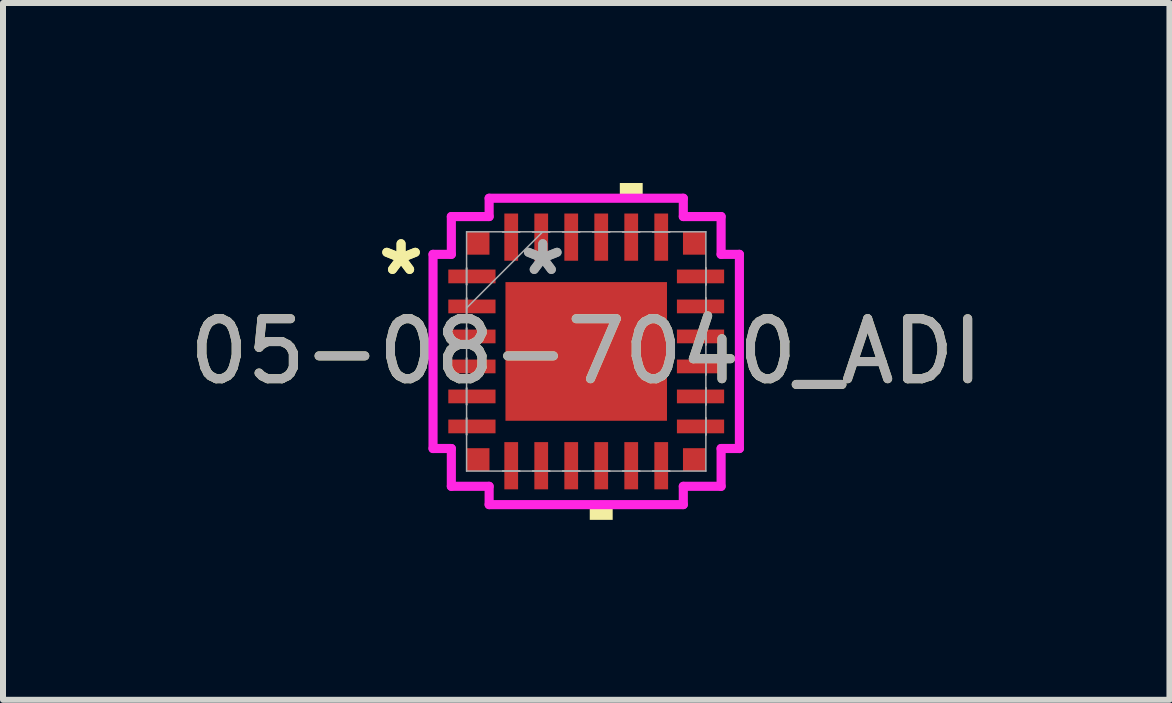
<source format=kicad_pcb>
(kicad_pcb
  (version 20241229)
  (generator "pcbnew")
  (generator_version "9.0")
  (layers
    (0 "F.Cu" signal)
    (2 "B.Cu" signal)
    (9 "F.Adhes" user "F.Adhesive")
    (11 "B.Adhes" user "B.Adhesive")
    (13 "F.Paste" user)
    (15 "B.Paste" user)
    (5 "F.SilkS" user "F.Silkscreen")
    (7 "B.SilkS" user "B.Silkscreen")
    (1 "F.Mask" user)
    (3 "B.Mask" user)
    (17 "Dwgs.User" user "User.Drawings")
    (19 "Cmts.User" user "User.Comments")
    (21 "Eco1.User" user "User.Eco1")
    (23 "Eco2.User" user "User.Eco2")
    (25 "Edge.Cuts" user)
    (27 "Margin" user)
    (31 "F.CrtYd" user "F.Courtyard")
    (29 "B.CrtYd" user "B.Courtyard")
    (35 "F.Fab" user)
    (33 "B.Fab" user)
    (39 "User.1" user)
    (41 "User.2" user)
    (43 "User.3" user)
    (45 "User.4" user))
  (footprint "05-08-7040_ADI"
    (layer "F.Cu")
    (at 6.72 2.807)
    (property "Reference" "05-08-7040_ADI" (at 0 0 0) (unlocked yes) (layer "F.SilkS") (effects (font (size 1 1) (thickness 0.15))))
    (attr smd)
    (fp_poly (pts (xy 0.059 2.553) (xy 0.059 2.807) (xy 0.441 2.807) (xy 0.441 2.553)) (stroke (width 0) (type solid)) (fill yes) (layer "F.SilkS"))
    (fp_poly (pts (xy 0.56 -2.553) (xy 0.56 -2.807) (xy 0.941 -2.807) (xy 0.941 -2.553)) (stroke (width 0) (type solid)) (fill yes) (layer "F.SilkS"))
    (fp_line (start -2.553 -1.618) (end -2.248 -1.618) (stroke (width 0.152) (type solid)) (layer "F.CrtYd"))
    (fp_line (start -2.553 1.618) (end -2.553 -1.618) (stroke (width 0.152) (type solid)) (layer "F.CrtYd"))
    (fp_line (start -2.248 -2.248) (end -1.618 -2.248) (stroke (width 0.152) (type solid)) (layer "F.CrtYd"))
    (fp_line (start -2.248 -1.618) (end -2.248 -2.248) (stroke (width 0.152) (type solid)) (layer "F.CrtYd"))
    (fp_line (start -2.248 1.618) (end -2.553 1.618) (stroke (width 0.152) (type solid)) (layer "F.CrtYd"))
    (fp_line (start -2.248 2.248) (end -2.248 1.618) (stroke (width 0.152) (type solid)) (layer "F.CrtYd"))
    (fp_line (start -1.618 -2.553) (end 1.618 -2.553) (stroke (width 0.152) (type solid)) (layer "F.CrtYd"))
    (fp_line (start -1.618 -2.248) (end -1.618 -2.553) (stroke (width 0.152) (type solid)) (layer "F.CrtYd"))
    (fp_line (start -1.618 2.248) (end -2.248 2.248) (stroke (width 0.152) (type solid)) (layer "F.CrtYd"))
    (fp_line (start -1.618 2.553) (end -1.618 2.248) (stroke (width 0.152) (type solid)) (layer "F.CrtYd"))
    (fp_line (start 1.618 -2.553) (end 1.618 -2.248) (stroke (width 0.152) (type solid)) (layer "F.CrtYd"))
    (fp_line (start 1.618 -2.248) (end 2.248 -2.248) (stroke (width 0.152) (type solid)) (layer "F.CrtYd"))
    (fp_line (start 1.618 2.248) (end 1.618 2.553) (stroke (width 0.152) (type solid)) (layer "F.CrtYd"))
    (fp_line (start 1.618 2.553) (end -1.618 2.553) (stroke (width 0.152) (type solid)) (layer "F.CrtYd"))
    (fp_line (start 2.248 -2.248) (end 2.248 -1.618) (stroke (width 0.152) (type solid)) (layer "F.CrtYd"))
    (fp_line (start 2.248 -1.618) (end 2.553 -1.618) (stroke (width 0.152) (type solid)) (layer "F.CrtYd"))
    (fp_line (start 2.248 1.618) (end 2.248 2.248) (stroke (width 0.152) (type solid)) (layer "F.CrtYd"))
    (fp_line (start 2.248 2.248) (end 1.618 2.248) (stroke (width 0.152) (type solid)) (layer "F.CrtYd"))
    (fp_line (start 2.553 -1.618) (end 2.553 1.618) (stroke (width 0.152) (type solid)) (layer "F.CrtYd"))
    (fp_line (start 2.553 1.618) (end 2.248 1.618) (stroke (width 0.152) (type solid)) (layer "F.CrtYd"))
    (fp_line (start -1.994 -1.994) (end -1.994 1.994) (stroke (width 0.025) (type solid)) (layer "F.Fab"))
    (fp_line (start -1.994 -1.39) (end -1.994 -1.39) (stroke (width 0.025) (type solid)) (layer "F.Fab"))
    (fp_line (start -1.994 -1.39) (end -1.994 -1.11) (stroke (width 0.025) (type solid)) (layer "F.Fab"))
    (fp_line (start -1.994 -1.11) (end -1.994 -1.39) (stroke (width 0.025) (type solid)) (layer "F.Fab"))
    (fp_line (start -1.994 -1.11) (end -1.994 -1.11) (stroke (width 0.025) (type solid)) (layer "F.Fab"))
    (fp_line (start -1.994 -0.89) (end -1.994 -0.89) (stroke (width 0.025) (type solid)) (layer "F.Fab"))
    (fp_line (start -1.994 -0.89) (end -1.994 -0.61) (stroke (width 0.025) (type solid)) (layer "F.Fab"))
    (fp_line (start -1.994 -0.724) (end -0.724 -1.994) (stroke (width 0.025) (type solid)) (layer "F.Fab"))
    (fp_line (start -1.994 -0.61) (end -1.994 -0.89) (stroke (width 0.025) (type solid)) (layer "F.Fab"))
    (fp_line (start -1.994 -0.61) (end -1.994 -0.61) (stroke (width 0.025) (type solid)) (layer "F.Fab"))
    (fp_line (start -1.994 -0.39) (end -1.994 -0.39) (stroke (width 0.025) (type solid)) (layer "F.Fab"))
    (fp_line (start -1.994 -0.39) (end -1.994 -0.11) (stroke (width 0.025) (type solid)) (layer "F.Fab"))
    (fp_line (start -1.994 -0.11) (end -1.994 -0.39) (stroke (width 0.025) (type solid)) (layer "F.Fab"))
    (fp_line (start -1.994 -0.11) (end -1.994 -0.11) (stroke (width 0.025) (type solid)) (layer "F.Fab"))
    (fp_line (start -1.994 0.11) (end -1.994 0.11) (stroke (width 0.025) (type solid)) (layer "F.Fab"))
    (fp_line (start -1.994 0.11) (end -1.994 0.39) (stroke (width 0.025) (type solid)) (layer "F.Fab"))
    (fp_line (start -1.994 0.39) (end -1.994 0.11) (stroke (width 0.025) (type solid)) (layer "F.Fab"))
    (fp_line (start -1.994 0.39) (end -1.994 0.39) (stroke (width 0.025) (type solid)) (layer "F.Fab"))
    (fp_line (start -1.994 0.61) (end -1.994 0.61) (stroke (width 0.025) (type solid)) (layer "F.Fab"))
    (fp_line (start -1.994 0.61) (end -1.994 0.89) (stroke (width 0.025) (type solid)) (layer "F.Fab"))
    (fp_line (start -1.994 0.89) (end -1.994 0.61) (stroke (width 0.025) (type solid)) (layer "F.Fab"))
    (fp_line (start -1.994 0.89) (end -1.994 0.89) (stroke (width 0.025) (type solid)) (layer "F.Fab"))
    (fp_line (start -1.994 1.11) (end -1.994 1.11) (stroke (width 0.025) (type solid)) (layer "F.Fab"))
    (fp_line (start -1.994 1.11) (end -1.994 1.39) (stroke (width 0.025) (type solid)) (layer "F.Fab"))
    (fp_line (start -1.994 1.39) (end -1.994 1.11) (stroke (width 0.025) (type solid)) (layer "F.Fab"))
    (fp_line (start -1.994 1.39) (end -1.994 1.39) (stroke (width 0.025) (type solid)) (layer "F.Fab"))
    (fp_line (start -1.994 1.994) (end 1.994 1.994) (stroke (width 0.025) (type solid)) (layer "F.Fab"))
    (fp_line (start -1.39 -1.994) (end -1.39 -1.994) (stroke (width 0.025) (type solid)) (layer "F.Fab"))
    (fp_line (start -1.39 -1.994) (end -1.11 -1.994) (stroke (width 0.025) (type solid)) (layer "F.Fab"))
    (fp_line (start -1.39 1.994) (end -1.39 1.994) (stroke (width 0.025) (type solid)) (layer "F.Fab"))
    (fp_line (start -1.39 1.994) (end -1.11 1.994) (stroke (width 0.025) (type solid)) (layer "F.Fab"))
    (fp_line (start -1.11 -1.994) (end -1.39 -1.994) (stroke (width 0.025) (type solid)) (layer "F.Fab"))
    (fp_line (start -1.11 -1.994) (end -1.11 -1.994) (stroke (width 0.025) (type solid)) (layer "F.Fab"))
    (fp_line (start -1.11 1.994) (end -1.39 1.994) (stroke (width 0.025) (type solid)) (layer "F.Fab"))
    (fp_line (start -1.11 1.994) (end -1.11 1.994) (stroke (width 0.025) (type solid)) (layer "F.Fab"))
    (fp_line (start -0.89 -1.994) (end -0.89 -1.994) (stroke (width 0.025) (type solid)) (layer "F.Fab"))
    (fp_line (start -0.89 -1.994) (end -0.61 -1.994) (stroke (width 0.025) (type solid)) (layer "F.Fab"))
    (fp_line (start -0.89 1.994) (end -0.89 1.994) (stroke (width 0.025) (type solid)) (layer "F.Fab"))
    (fp_line (start -0.89 1.994) (end -0.61 1.994) (stroke (width 0.025) (type solid)) (layer "F.Fab"))
    (fp_line (start -0.61 -1.994) (end -0.89 -1.994) (stroke (width 0.025) (type solid)) (layer "F.Fab"))
    (fp_line (start -0.61 -1.994) (end -0.61 -1.994) (stroke (width 0.025) (type solid)) (layer "F.Fab"))
    (fp_line (start -0.61 1.994) (end -0.89 1.994) (stroke (width 0.025) (type solid)) (layer "F.Fab"))
    (fp_line (start -0.61 1.994) (end -0.61 1.994) (stroke (width 0.025) (type solid)) (layer "F.Fab"))
    (fp_line (start -0.39 -1.994) (end -0.39 -1.994) (stroke (width 0.025) (type solid)) (layer "F.Fab"))
    (fp_line (start -0.39 -1.994) (end -0.11 -1.994) (stroke (width 0.025) (type solid)) (layer "F.Fab"))
    (fp_line (start -0.39 1.994) (end -0.39 1.994) (stroke (width 0.025) (type solid)) (layer "F.Fab"))
    (fp_line (start -0.39 1.994) (end -0.11 1.994) (stroke (width 0.025) (type solid)) (layer "F.Fab"))
    (fp_line (start -0.11 -1.994) (end -0.39 -1.994) (stroke (width 0.025) (type solid)) (layer "F.Fab"))
    (fp_line (start -0.11 -1.994) (end -0.11 -1.994) (stroke (width 0.025) (type solid)) (layer "F.Fab"))
    (fp_line (start -0.11 1.994) (end -0.39 1.994) (stroke (width 0.025) (type solid)) (layer "F.Fab"))
    (fp_line (start -0.11 1.994) (end -0.11 1.994) (stroke (width 0.025) (type solid)) (layer "F.Fab"))
    (fp_line (start 0.11 -1.994) (end 0.11 -1.994) (stroke (width 0.025) (type solid)) (layer "F.Fab"))
    (fp_line (start 0.11 -1.994) (end 0.39 -1.994) (stroke (width 0.025) (type solid)) (layer "F.Fab"))
    (fp_line (start 0.11 1.994) (end 0.11 1.994) (stroke (width 0.025) (type solid)) (layer "F.Fab"))
    (fp_line (start 0.11 1.994) (end 0.39 1.994) (stroke (width 0.025) (type solid)) (layer "F.Fab"))
    (fp_line (start 0.39 -1.994) (end 0.11 -1.994) (stroke (width 0.025) (type solid)) (layer "F.Fab"))
    (fp_line (start 0.39 -1.994) (end 0.39 -1.994) (stroke (width 0.025) (type solid)) (layer "F.Fab"))
    (fp_line (start 0.39 1.994) (end 0.11 1.994) (stroke (width 0.025) (type solid)) (layer "F.Fab"))
    (fp_line (start 0.39 1.994) (end 0.39 1.994) (stroke (width 0.025) (type solid)) (layer "F.Fab"))
    (fp_line (start 0.61 -1.994) (end 0.61 -1.994) (stroke (width 0.025) (type solid)) (layer "F.Fab"))
    (fp_line (start 0.61 -1.994) (end 0.89 -1.994) (stroke (width 0.025) (type solid)) (layer "F.Fab"))
    (fp_line (start 0.61 1.994) (end 0.61 1.994) (stroke (width 0.025) (type solid)) (layer "F.Fab"))
    (fp_line (start 0.61 1.994) (end 0.89 1.994) (stroke (width 0.025) (type solid)) (layer "F.Fab"))
    (fp_line (start 0.89 -1.994) (end 0.61 -1.994) (stroke (width 0.025) (type solid)) (layer "F.Fab"))
    (fp_line (start 0.89 -1.994) (end 0.89 -1.994) (stroke (width 0.025) (type solid)) (layer "F.Fab"))
    (fp_line (start 0.89 1.994) (end 0.61 1.994) (stroke (width 0.025) (type solid)) (layer "F.Fab"))
    (fp_line (start 0.89 1.994) (end 0.89 1.994) (stroke (width 0.025) (type solid)) (layer "F.Fab"))
    (fp_line (start 1.11 -1.994) (end 1.11 -1.994) (stroke (width 0.025) (type solid)) (layer "F.Fab"))
    (fp_line (start 1.11 -1.994) (end 1.39 -1.994) (stroke (width 0.025) (type solid)) (layer "F.Fab"))
    (fp_line (start 1.11 1.994) (end 1.11 1.994) (stroke (width 0.025) (type solid)) (layer "F.Fab"))
    (fp_line (start 1.11 1.994) (end 1.39 1.994) (stroke (width 0.025) (type solid)) (layer "F.Fab"))
    (fp_line (start 1.39 -1.994) (end 1.11 -1.994) (stroke (width 0.025) (type solid)) (layer "F.Fab"))
    (fp_line (start 1.39 -1.994) (end 1.39 -1.994) (stroke (width 0.025) (type solid)) (layer "F.Fab"))
    (fp_line (start 1.39 1.994) (end 1.11 1.994) (stroke (width 0.025) (type solid)) (layer "F.Fab"))
    (fp_line (start 1.39 1.994) (end 1.39 1.994) (stroke (width 0.025) (type solid)) (layer "F.Fab"))
    (fp_line (start 1.994 -1.994) (end -1.994 -1.994) (stroke (width 0.025) (type solid)) (layer "F.Fab"))
    (fp_line (start 1.994 -1.39) (end 1.994 -1.39) (stroke (width 0.025) (type solid)) (layer "F.Fab"))
    (fp_line (start 1.994 -1.39) (end 1.994 -1.11) (stroke (width 0.025) (type solid)) (layer "F.Fab"))
    (fp_line (start 1.994 -1.11) (end 1.994 -1.39) (stroke (width 0.025) (type solid)) (layer "F.Fab"))
    (fp_line (start 1.994 -1.11) (end 1.994 -1.11) (stroke (width 0.025) (type solid)) (layer "F.Fab"))
    (fp_line (start 1.994 -0.89) (end 1.994 -0.89) (stroke (width 0.025) (type solid)) (layer "F.Fab"))
    (fp_line (start 1.994 -0.89) (end 1.994 -0.61) (stroke (width 0.025) (type solid)) (layer "F.Fab"))
    (fp_line (start 1.994 -0.61) (end 1.994 -0.89) (stroke (width 0.025) (type solid)) (layer "F.Fab"))
    (fp_line (start 1.994 -0.61) (end 1.994 -0.61) (stroke (width 0.025) (type solid)) (layer "F.Fab"))
    (fp_line (start 1.994 -0.39) (end 1.994 -0.39) (stroke (width 0.025) (type solid)) (layer "F.Fab"))
    (fp_line (start 1.994 -0.39) (end 1.994 -0.11) (stroke (width 0.025) (type solid)) (layer "F.Fab"))
    (fp_line (start 1.994 -0.11) (end 1.994 -0.39) (stroke (width 0.025) (type solid)) (layer "F.Fab"))
    (fp_line (start 1.994 -0.11) (end 1.994 -0.11) (stroke (width 0.025) (type solid)) (layer "F.Fab"))
    (fp_line (start 1.994 0.11) (end 1.994 0.11) (stroke (width 0.025) (type solid)) (layer "F.Fab"))
    (fp_line (start 1.994 0.11) (end 1.994 0.39) (stroke (width 0.025) (type solid)) (layer "F.Fab"))
    (fp_line (start 1.994 0.39) (end 1.994 0.11) (stroke (width 0.025) (type solid)) (layer "F.Fab"))
    (fp_line (start 1.994 0.39) (end 1.994 0.39) (stroke (width 0.025) (type solid)) (layer "F.Fab"))
    (fp_line (start 1.994 0.61) (end 1.994 0.61) (stroke (width 0.025) (type solid)) (layer "F.Fab"))
    (fp_line (start 1.994 0.61) (end 1.994 0.89) (stroke (width 0.025) (type solid)) (layer "F.Fab"))
    (fp_line (start 1.994 0.89) (end 1.994 0.61) (stroke (width 0.025) (type solid)) (layer "F.Fab"))
    (fp_line (start 1.994 0.89) (end 1.994 0.89) (stroke (width 0.025) (type solid)) (layer "F.Fab"))
    (fp_line (start 1.994 1.11) (end 1.994 1.11) (stroke (width 0.025) (type solid)) (layer "F.Fab"))
    (fp_line (start 1.994 1.11) (end 1.994 1.39) (stroke (width 0.025) (type solid)) (layer "F.Fab"))
    (fp_line (start 1.994 1.39) (end 1.994 1.11) (stroke (width 0.025) (type solid)) (layer "F.Fab"))
    (fp_line (start 1.994 1.39) (end 1.994 1.39) (stroke (width 0.025) (type solid)) (layer "F.Fab"))
    (fp_line (start 1.994 1.994) (end 1.994 -1.994) (stroke (width 0.025) (type solid)) (layer "F.Fab"))
    (fp_text user "*" (at -3.086 -1.25 0) (layer "F.SilkS") (effects (font (size 1 1) (thickness 0.15))))
    (fp_text user "*" (at -3.086 -1.25 0) (unlocked yes) (layer "F.SilkS") (effects (font (size 1 1) (thickness 0.15))))
    (fp_text user "*" (at -0.724 -1.25 0) (layer "F.Fab") (effects (font (size 1 1) (thickness 0.15))))
    (fp_text user "*" (at -0.724 -1.25 0) (unlocked yes) (layer "F.Fab") (effects (font (size 1 1) (thickness 0.15))))
    (fp_text user "${REFERENCE}" (at 0 0 0) (unlocked yes) (layer "F.Fab") (effects (font (size 1 1) (thickness 0.15))))
    (pad "1" smd rect (at -1.905 -1.25 90) (size 0.229 0.787) (layers "F.Cu" "F.Mask" "F.Paste"))
    (pad "2" smd rect (at -1.905 -0.75 90) (size 0.229 0.787) (layers "F.Cu" "F.Mask" "F.Paste"))
    (pad "3" smd rect (at -1.905 -0.25 90) (size 0.229 0.787) (layers "F.Cu" "F.Mask" "F.Paste"))
    (pad "4" smd rect (at -1.905 0.25 90) (size 0.229 0.787) (layers "F.Cu" "F.Mask" "F.Paste"))
    (pad "5" smd rect (at -1.905 0.75 90) (size 0.229 0.787) (layers "F.Cu" "F.Mask" "F.Paste"))
    (pad "6" smd rect (at -1.905 1.25 90) (size 0.229 0.787) (layers "F.Cu" "F.Mask" "F.Paste"))
    (pad "7" smd rect (at -1.25 1.905) (size 0.229 0.787) (layers "F.Cu" "F.Mask" "F.Paste"))
    (pad "8" smd rect (at -0.75 1.905) (size 0.229 0.787) (layers "F.Cu" "F.Mask" "F.Paste"))
    (pad "9" smd rect (at -0.25 1.905) (size 0.229 0.787) (layers "F.Cu" "F.Mask" "F.Paste"))
    (pad "10" smd rect (at 0.25 1.905) (size 0.229 0.787) (layers "F.Cu" "F.Mask" "F.Paste"))
    (pad "11" smd rect (at 0.75 1.905) (size 0.229 0.787) (layers "F.Cu" "F.Mask" "F.Paste"))
    (pad "12" smd rect (at 1.25 1.905) (size 0.229 0.787) (layers "F.Cu" "F.Mask" "F.Paste"))
    (pad "13" smd rect (at 1.905 1.25 90) (size 0.229 0.787) (layers "F.Cu" "F.Mask" "F.Paste"))
    (pad "14" smd rect (at 1.905 0.75 90) (size 0.229 0.787) (layers "F.Cu" "F.Mask" "F.Paste"))
    (pad "15" smd rect (at 1.905 0.25 90) (size 0.229 0.787) (layers "F.Cu" "F.Mask" "F.Paste"))
    (pad "16" smd rect (at 1.905 -0.25 90) (size 0.229 0.787) (layers "F.Cu" "F.Mask" "F.Paste"))
    (pad "17" smd rect (at 1.905 -0.75 90) (size 0.229 0.787) (layers "F.Cu" "F.Mask" "F.Paste"))
    (pad "18" smd rect (at 1.905 -1.25 90) (size 0.229 0.787) (layers "F.Cu" "F.Mask" "F.Paste"))
    (pad "19" smd rect (at 1.25 -1.905) (size 0.229 0.787) (layers "F.Cu" "F.Mask" "F.Paste"))
    (pad "20" smd rect (at 0.75 -1.905) (size 0.229 0.787) (layers "F.Cu" "F.Mask" "F.Paste"))
    (pad "21" smd rect (at 0.25 -1.905) (size 0.229 0.787) (layers "F.Cu" "F.Mask" "F.Paste"))
    (pad "22" smd rect (at -0.25 -1.905) (size 0.229 0.787) (layers "F.Cu" "F.Mask" "F.Paste"))
    (pad "23" smd rect (at -0.75 -1.905) (size 0.229 0.787) (layers "F.Cu" "F.Mask" "F.Paste"))
    (pad "24" smd rect (at -1.25 -1.905) (size 0.229 0.787) (layers "F.Cu" "F.Mask" "F.Paste"))
    (pad "25" smd rect (at 0 0) (size 2.692 2.311) (layers "F.Cu" "F.Mask" "F.Paste"))
    (pad "26" smd rect (at -1.803 -1.803) (size 0.381 0.381) (layers "F.Cu" "F.Mask" "F.Paste"))
    (pad "27" smd rect (at -1.803 1.803) (size 0.381 0.381) (layers "F.Cu" "F.Mask" "F.Paste"))
    (pad "28" smd rect (at 1.803 1.803) (size 0.381 0.381) (layers "F.Cu" "F.Mask" "F.Paste"))
    (pad "29" smd rect (at 1.803 -1.803) (size 0.381 0.381) (layers "F.Cu" "F.Mask" "F.Paste")))
  (gr_rect
    (start -3 -3)
    (end 16.44 8.613)
    (stroke (width 0.1) (type default))
    (fill no)
    (layer "Edge.Cuts")))
</source>
